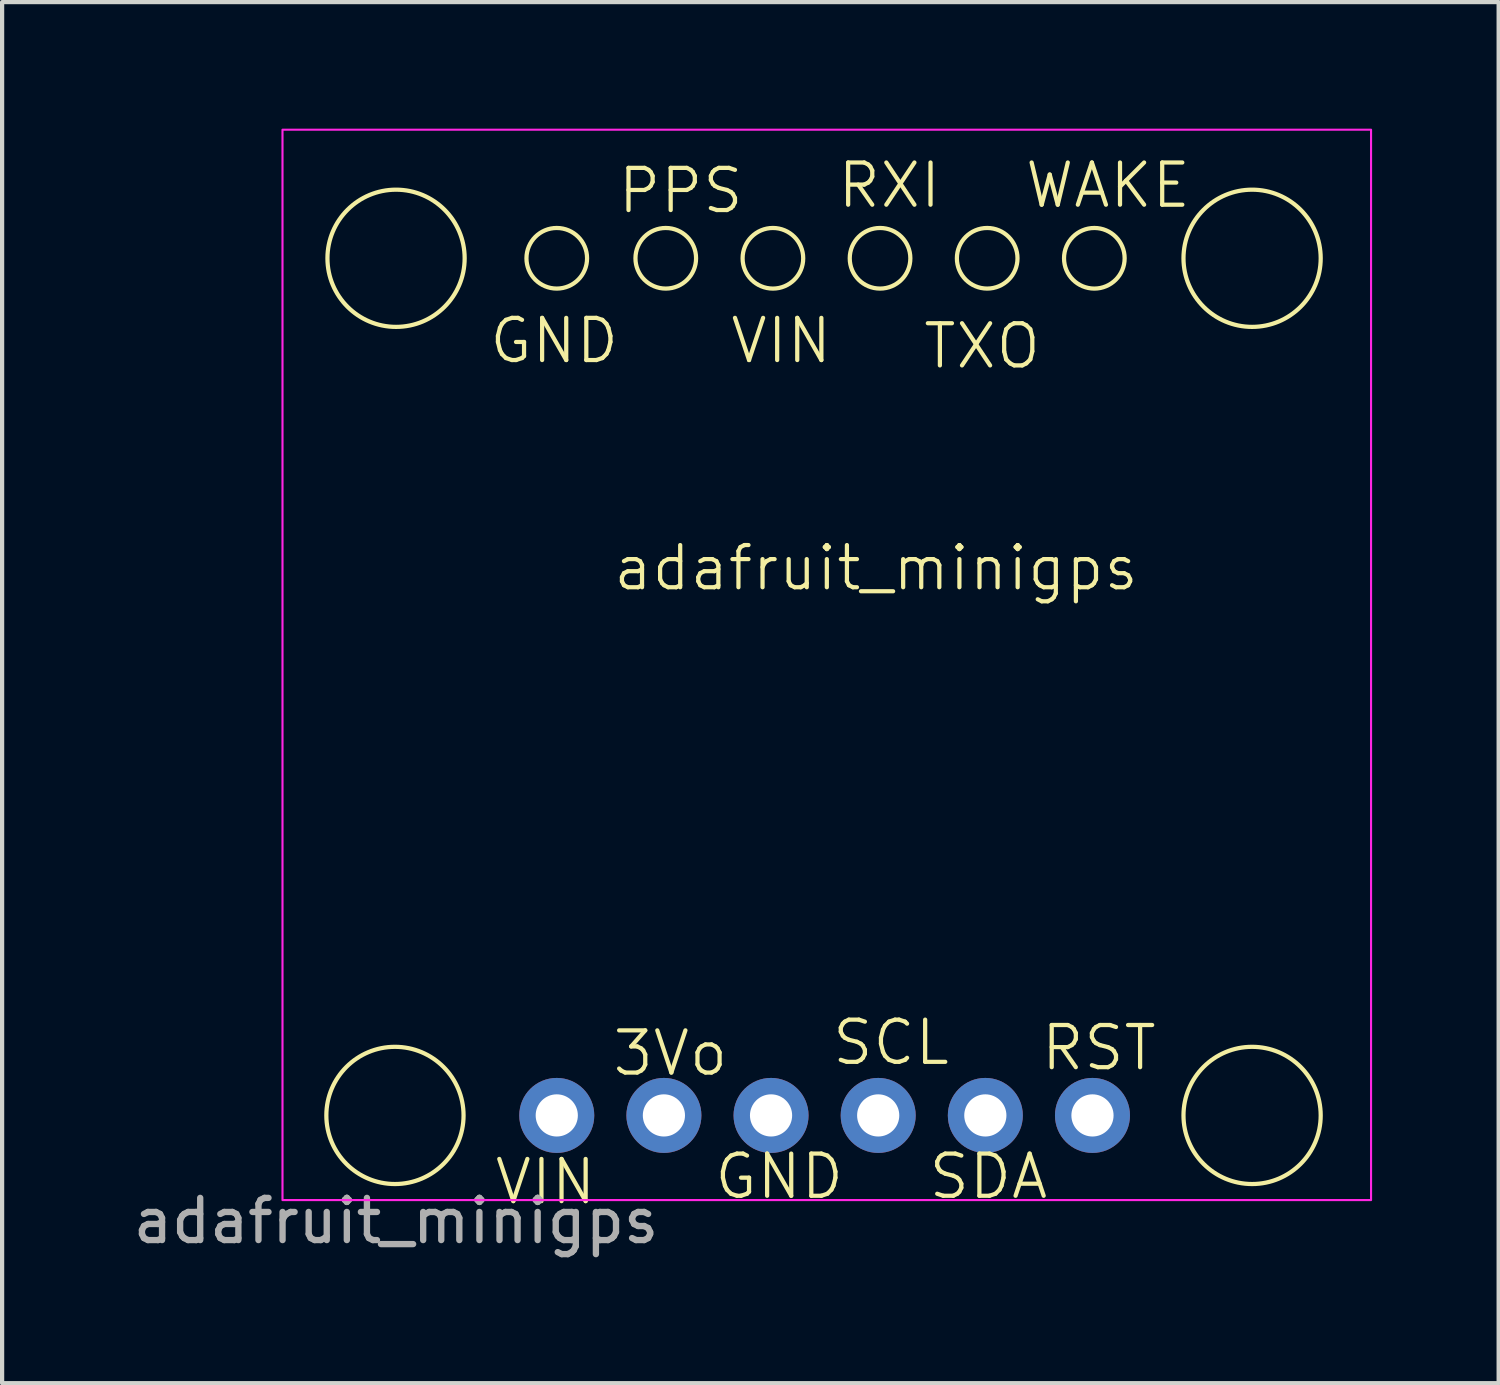
<source format=kicad_pcb>
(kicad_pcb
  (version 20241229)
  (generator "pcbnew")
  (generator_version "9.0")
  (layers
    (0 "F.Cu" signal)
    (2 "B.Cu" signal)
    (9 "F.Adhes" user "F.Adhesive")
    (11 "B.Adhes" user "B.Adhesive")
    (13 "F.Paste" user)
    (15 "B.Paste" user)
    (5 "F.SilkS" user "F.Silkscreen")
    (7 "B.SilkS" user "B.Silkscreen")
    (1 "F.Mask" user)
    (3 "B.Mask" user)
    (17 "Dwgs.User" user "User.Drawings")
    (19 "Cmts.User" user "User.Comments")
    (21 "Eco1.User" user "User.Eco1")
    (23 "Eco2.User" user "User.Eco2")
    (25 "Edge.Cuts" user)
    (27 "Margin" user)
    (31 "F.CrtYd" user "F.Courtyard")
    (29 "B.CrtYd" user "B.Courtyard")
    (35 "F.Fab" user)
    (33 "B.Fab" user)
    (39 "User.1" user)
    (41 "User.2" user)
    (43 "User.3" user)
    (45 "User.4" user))
  (footprint "adafruit_minigps"
    (layer "F.Cu")
    (at 6.339 23.393)
    (property "Reference" "adafruit_minigps" (at 11.379 -12.979 0) (unlocked yes) (layer "F.SilkS") (effects (font (size 1 1) (thickness 0.1))))
    (attr through_hole)
    (fp_circle (center -0.026 0) (end 1.244 -1.016) (stroke (width 0.1) (type default)) (fill no) (layer "F.SilkS"))
    (fp_circle (center 0 -20.32) (end 1.27 -21.336) (stroke (width 0.1) (type default)) (fill no) (layer "F.SilkS"))
    (fp_circle (center 3.81 -20.32) (end 4.318 -20.828) (stroke (width 0.1) (type default)) (fill no) (layer "F.SilkS"))
    (fp_circle (center 6.394 -20.32) (end 6.902 -20.828) (stroke (width 0.1) (type default)) (fill no) (layer "F.SilkS"))
    (fp_circle (center 8.934 -20.32) (end 9.442 -20.828) (stroke (width 0.1) (type default)) (fill no) (layer "F.SilkS"))
    (fp_circle (center 11.474 -20.32) (end 11.982 -20.828) (stroke (width 0.1) (type default)) (fill no) (layer "F.SilkS"))
    (fp_circle (center 14.014 -20.32) (end 14.522 -20.828) (stroke (width 0.1) (type default)) (fill no) (layer "F.SilkS"))
    (fp_circle (center 16.554 -20.32) (end 17.062 -20.828) (stroke (width 0.1) (type default)) (fill no) (layer "F.SilkS"))
    (fp_circle (center 20.294 -20.32) (end 21.564 -21.336) (stroke (width 0.1) (type default)) (fill no) (layer "F.SilkS"))
    (fp_circle (center 20.294 0) (end 21.564 -1.016) (stroke (width 0.1) (type default)) (fill no) (layer "F.SilkS"))
    (fp_rect (start -2.692 -23.368) (end 23.114 2.007) (stroke (width 0.05) (type default)) (fill no) (layer "F.CrtYd"))
    (fp_text user "RST" (at 15.24 -1.016 0) (unlocked yes) (layer "F.SilkS") (effects (font (size 1 1) (thickness 0.1)) (justify left bottom)))
    (fp_text user "TXO" (at 12.446 -17.653 0) (unlocked yes) (layer "F.SilkS") (effects (font (size 1 1) (thickness 0.1)) (justify left bottom)))
    (fp_text user "3Vo" (at 5.08 -0.889 0) (unlocked yes) (layer "F.SilkS") (effects (font (size 1 1) (thickness 0.1)) (justify left bottom)))
    (fp_text user "GND" (at 2.159 -17.78 0) (unlocked yes) (layer "F.SilkS") (effects (font (size 1 1) (thickness 0.1)) (justify left bottom)))
    (fp_text user "VIN" (at 2.286 2.159 0) (unlocked yes) (layer "F.SilkS") (effects (font (size 1 1) (thickness 0.1)) (justify left bottom)))
    (fp_text user "SDA" (at 12.573 2.032 0) (unlocked yes) (layer "F.SilkS") (effects (font (size 1 1) (thickness 0.1)) (justify left bottom)))
    (fp_text user "PPS" (at 5.207 -21.336 0) (unlocked yes) (layer "F.SilkS") (effects (font (size 1 1) (thickness 0.1)) (justify left bottom)))
    (fp_text user "SCL" (at 10.287 -1.143 0) (unlocked yes) (layer "F.SilkS") (effects (font (size 1 1) (thickness 0.1)) (justify left bottom)))
    (fp_text user "RXI" (at 10.414 -21.463 0) (unlocked yes) (layer "F.SilkS") (effects (font (size 1 1) (thickness 0.1)) (justify left bottom)))
    (fp_text user "VIN" (at 7.874 -17.78 0) (unlocked yes) (layer "F.SilkS") (effects (font (size 1 1) (thickness 0.1)) (justify left bottom)))
    (fp_text user "WAKE" (at 14.859 -21.463 0) (unlocked yes) (layer "F.SilkS") (effects (font (size 1 1) (thickness 0.1)) (justify left bottom)))
    (fp_text user "GND" (at 7.493 2.032 0) (unlocked yes) (layer "F.SilkS") (effects (font (size 1 1) (thickness 0.1)) (justify left bottom)))
    (fp_text user "${REFERENCE}" (at 0 2.5 0) (unlocked yes) (layer "F.Fab") (effects (font (size 1 1) (thickness 0.15))))
    (pad "1" thru_hole circle (at 3.81 0) (size 1.778 1.778) (drill 1) (layers "*.Cu" "*.Mask"))
    (pad "2" thru_hole circle (at 6.35 0) (size 1.778 1.778) (drill 1) (layers "*.Cu" "*.Mask"))
    (pad "3" thru_hole circle (at 8.89 0) (size 1.778 1.778) (drill 1) (layers "*.Cu" "*.Mask"))
    (pad "4" thru_hole circle (at 11.43 0) (size 1.778 1.778) (drill 1) (layers "*.Cu" "*.Mask"))
    (pad "5" thru_hole circle (at 13.97 0) (size 1.778 1.778) (drill 1) (layers "*.Cu" "*.Mask"))
    (pad "6" thru_hole circle (at 16.51 0) (size 1.778 1.778) (drill 1) (layers "*.Cu" "*.Mask")))
  (gr_rect
    (start -3 -3)
    (end 32.478 29.741)
    (stroke (width 0.1) (type default))
    (fill no)
    (layer "Edge.Cuts")))
</source>
